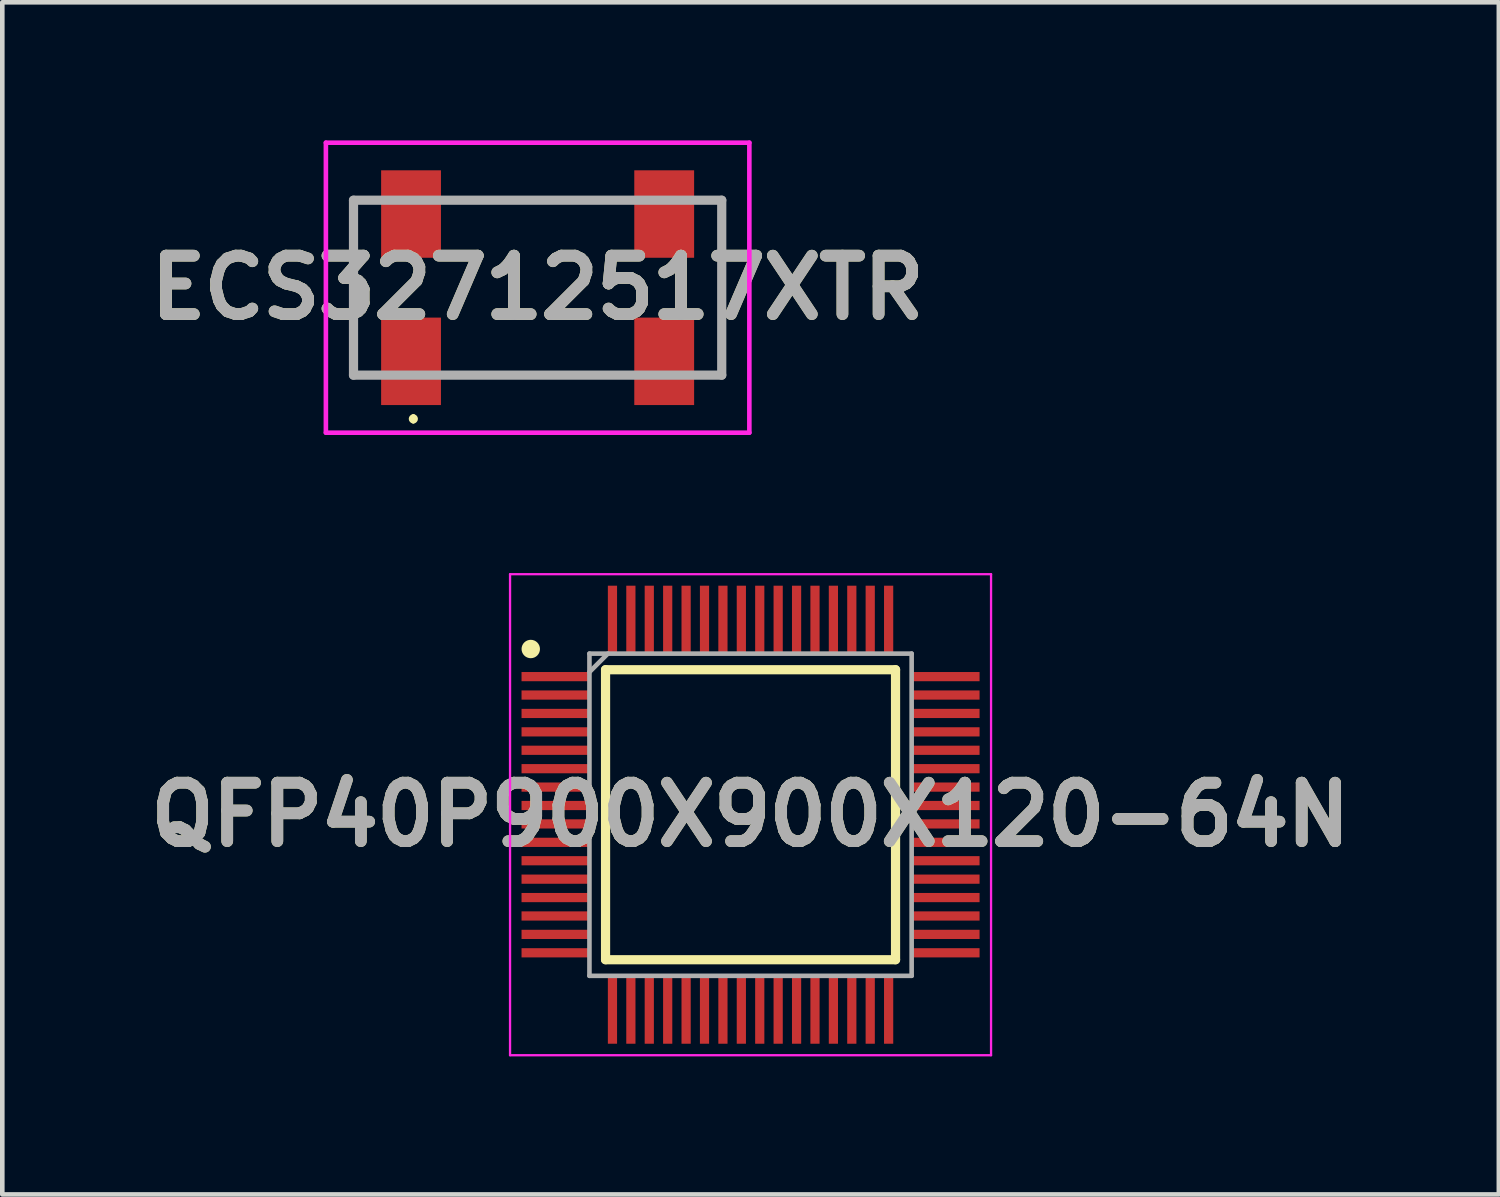
<source format=kicad_pcb>
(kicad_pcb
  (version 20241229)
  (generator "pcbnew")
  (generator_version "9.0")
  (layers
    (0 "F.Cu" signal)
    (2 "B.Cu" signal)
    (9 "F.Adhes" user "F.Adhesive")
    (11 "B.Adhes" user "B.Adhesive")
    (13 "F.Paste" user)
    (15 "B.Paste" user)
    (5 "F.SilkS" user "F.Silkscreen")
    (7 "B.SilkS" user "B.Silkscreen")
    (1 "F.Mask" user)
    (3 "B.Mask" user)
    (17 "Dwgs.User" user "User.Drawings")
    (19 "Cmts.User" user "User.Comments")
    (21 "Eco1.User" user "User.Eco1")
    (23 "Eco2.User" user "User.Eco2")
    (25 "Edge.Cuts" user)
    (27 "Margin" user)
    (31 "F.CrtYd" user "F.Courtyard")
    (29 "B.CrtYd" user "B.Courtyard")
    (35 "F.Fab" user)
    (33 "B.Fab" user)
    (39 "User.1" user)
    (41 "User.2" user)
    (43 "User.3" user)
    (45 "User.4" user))
  (footprint "ECS32712517XTR"
    (layer "F.Cu")
    (at 8.63 3.2)
    (property "Reference" "ECS32712517XTR" (at 0 0 0) (layer "F.SilkS") (effects (font (size 1.27 1.27) (thickness 0.254))))
    (attr smd)
    (fp_line (start -4 -1.9) (end -4 1.9) (stroke (width 0.1) (type solid)) (layer "F.SilkS"))
    (fp_line (start -2.7 2.8) (end -2.7 2.8) (stroke (width 0.1) (type solid)) (layer "F.SilkS"))
    (fp_line (start -2.7 2.9) (end -2.7 2.9) (stroke (width 0.1) (type solid)) (layer "F.SilkS"))
    (fp_line (start -1.5 -1.9) (end 1.5 -1.9) (stroke (width 0.1) (type solid)) (layer "F.SilkS"))
    (fp_line (start -1.5 1.9) (end 1.5 1.9) (stroke (width 0.1) (type solid)) (layer "F.SilkS"))
    (fp_line (start 4 1.9) (end 4 -1.9) (stroke (width 0.1) (type solid)) (layer "F.SilkS"))
    (fp_arc (start -2.7 2.8) (mid -2.65 2.85) (end -2.7 2.9) (stroke (width 0.1) (type solid)) (layer "F.SilkS"))
    (fp_arc (start -2.7 2.9) (mid -2.75 2.85) (end -2.7 2.8) (stroke (width 0.1) (type solid)) (layer "F.SilkS"))
    (fp_line (start -4.6 -3.15) (end 4.6 -3.15) (stroke (width 0.1) (type solid)) (layer "F.CrtYd"))
    (fp_line (start -4.6 3.15) (end -4.6 -3.15) (stroke (width 0.1) (type solid)) (layer "F.CrtYd"))
    (fp_line (start 4.6 -3.15) (end 4.6 3.15) (stroke (width 0.1) (type solid)) (layer "F.CrtYd"))
    (fp_line (start 4.6 3.15) (end -4.6 3.15) (stroke (width 0.1) (type solid)) (layer "F.CrtYd"))
    (fp_line (start -4 -1.9) (end 4 -1.9) (stroke (width 0.2) (type solid)) (layer "F.Fab"))
    (fp_line (start -4 1.9) (end -4 -1.9) (stroke (width 0.2) (type solid)) (layer "F.Fab"))
    (fp_line (start 4 -1.9) (end 4 1.9) (stroke (width 0.2) (type solid)) (layer "F.Fab"))
    (fp_line (start 4 1.9) (end -4 1.9) (stroke (width 0.2) (type solid)) (layer "F.Fab"))
    (fp_text user "${REFERENCE}" (at 0 0 0) (layer "F.Fab") (effects (font (size 1.27 1.27) (thickness 0.254))))
    (pad "1" smd rect (at -2.75 1.6) (size 1.3 1.9) (layers "F.Cu" "F.Mask" "F.Paste"))
    (pad "2" smd rect (at 2.75 1.6) (size 1.3 1.9) (layers "F.Cu" "F.Mask" "F.Paste"))
    (pad "3" smd rect (at 2.75 -1.6) (size 1.3 1.9) (layers "F.Cu" "F.Mask" "F.Paste"))
    (pad "4" smd rect (at -2.75 -1.6) (size 1.3 1.9) (layers "F.Cu" "F.Mask" "F.Paste")))
  (footprint "QFP40P900X900X120-64N"
    (layer "F.Cu")
    (at 13.256 14.65)
    (property "Reference" "QFP40P900X900X120-64N" (at 0 0 0) (layer "F.SilkS") (effects (font (size 1.27 1.27) (thickness 0.254))))
    (attr smd)
    (fp_line (start -3.15 -3.15) (end 3.15 -3.15) (stroke (width 0.2) (type solid)) (layer "F.SilkS"))
    (fp_line (start -3.15 3.15) (end -3.15 -3.15) (stroke (width 0.2) (type solid)) (layer "F.SilkS"))
    (fp_line (start 3.15 -3.15) (end 3.15 3.15) (stroke (width 0.2) (type solid)) (layer "F.SilkS"))
    (fp_line (start 3.15 3.15) (end -3.15 3.15) (stroke (width 0.2) (type solid)) (layer "F.SilkS"))
    (fp_circle (center -4.775 -3.6) (end -4.775 -3.5) (stroke (width 0.2) (type solid)) (fill no) (layer "F.SilkS"))
    (fp_line (start -5.225 -5.225) (end 5.225 -5.225) (stroke (width 0.05) (type solid)) (layer "F.CrtYd"))
    (fp_line (start -5.225 5.225) (end -5.225 -5.225) (stroke (width 0.05) (type solid)) (layer "F.CrtYd"))
    (fp_line (start 5.225 -5.225) (end 5.225 5.225) (stroke (width 0.05) (type solid)) (layer "F.CrtYd"))
    (fp_line (start 5.225 5.225) (end -5.225 5.225) (stroke (width 0.05) (type solid)) (layer "F.CrtYd"))
    (fp_line (start -3.5 -3.5) (end 3.5 -3.5) (stroke (width 0.1) (type solid)) (layer "F.Fab"))
    (fp_line (start -3.5 -3.1) (end -3.1 -3.5) (stroke (width 0.1) (type solid)) (layer "F.Fab"))
    (fp_line (start -3.5 3.5) (end -3.5 -3.5) (stroke (width 0.1) (type solid)) (layer "F.Fab"))
    (fp_line (start 3.5 -3.5) (end 3.5 3.5) (stroke (width 0.1) (type solid)) (layer "F.Fab"))
    (fp_line (start 3.5 3.5) (end -3.5 3.5) (stroke (width 0.1) (type solid)) (layer "F.Fab"))
    (fp_text user "${REFERENCE}" (at 0 0 0) (layer "F.Fab") (effects (font (size 1.27 1.27) (thickness 0.254))))
    (pad "1" smd rect (at -4.238 -3 90) (size 0.2 1.475) (layers "F.Cu" "F.Mask" "F.Paste"))
    (pad "2" smd rect (at -4.238 -2.6 90) (size 0.2 1.475) (layers "F.Cu" "F.Mask" "F.Paste"))
    (pad "3" smd rect (at -4.238 -2.2 90) (size 0.2 1.475) (layers "F.Cu" "F.Mask" "F.Paste"))
    (pad "4" smd rect (at -4.238 -1.8 90) (size 0.2 1.475) (layers "F.Cu" "F.Mask" "F.Paste"))
    (pad "5" smd rect (at -4.238 -1.4 90) (size 0.2 1.475) (layers "F.Cu" "F.Mask" "F.Paste"))
    (pad "6" smd rect (at -4.238 -1 90) (size 0.2 1.475) (layers "F.Cu" "F.Mask" "F.Paste"))
    (pad "7" smd rect (at -4.238 -0.6 90) (size 0.2 1.475) (layers "F.Cu" "F.Mask" "F.Paste"))
    (pad "8" smd rect (at -4.238 -0.2 90) (size 0.2 1.475) (layers "F.Cu" "F.Mask" "F.Paste"))
    (pad "9" smd rect (at -4.238 0.2 90) (size 0.2 1.475) (layers "F.Cu" "F.Mask" "F.Paste"))
    (pad "10" smd rect (at -4.238 0.6 90) (size 0.2 1.475) (layers "F.Cu" "F.Mask" "F.Paste"))
    (pad "11" smd rect (at -4.238 1 90) (size 0.2 1.475) (layers "F.Cu" "F.Mask" "F.Paste"))
    (pad "12" smd rect (at -4.238 1.4 90) (size 0.2 1.475) (layers "F.Cu" "F.Mask" "F.Paste"))
    (pad "13" smd rect (at -4.238 1.8 90) (size 0.2 1.475) (layers "F.Cu" "F.Mask" "F.Paste"))
    (pad "14" smd rect (at -4.238 2.2 90) (size 0.2 1.475) (layers "F.Cu" "F.Mask" "F.Paste"))
    (pad "15" smd rect (at -4.238 2.6 90) (size 0.2 1.475) (layers "F.Cu" "F.Mask" "F.Paste"))
    (pad "16" smd rect (at -4.238 3 90) (size 0.2 1.475) (layers "F.Cu" "F.Mask" "F.Paste"))
    (pad "17" smd rect (at -3 4.238) (size 0.2 1.475) (layers "F.Cu" "F.Mask" "F.Paste"))
    (pad "18" smd rect (at -2.6 4.238) (size 0.2 1.475) (layers "F.Cu" "F.Mask" "F.Paste"))
    (pad "19" smd rect (at -2.2 4.238) (size 0.2 1.475) (layers "F.Cu" "F.Mask" "F.Paste"))
    (pad "20" smd rect (at -1.8 4.238) (size 0.2 1.475) (layers "F.Cu" "F.Mask" "F.Paste"))
    (pad "21" smd rect (at -1.4 4.238) (size 0.2 1.475) (layers "F.Cu" "F.Mask" "F.Paste"))
    (pad "22" smd rect (at -1 4.238) (size 0.2 1.475) (layers "F.Cu" "F.Mask" "F.Paste"))
    (pad "23" smd rect (at -0.6 4.238) (size 0.2 1.475) (layers "F.Cu" "F.Mask" "F.Paste"))
    (pad "24" smd rect (at -0.2 4.238) (size 0.2 1.475) (layers "F.Cu" "F.Mask" "F.Paste"))
    (pad "25" smd rect (at 0.2 4.238) (size 0.2 1.475) (layers "F.Cu" "F.Mask" "F.Paste"))
    (pad "26" smd rect (at 0.6 4.238) (size 0.2 1.475) (layers "F.Cu" "F.Mask" "F.Paste"))
    (pad "27" smd rect (at 1 4.238) (size 0.2 1.475) (layers "F.Cu" "F.Mask" "F.Paste"))
    (pad "28" smd rect (at 1.4 4.238) (size 0.2 1.475) (layers "F.Cu" "F.Mask" "F.Paste"))
    (pad "29" smd rect (at 1.8 4.238) (size 0.2 1.475) (layers "F.Cu" "F.Mask" "F.Paste"))
    (pad "30" smd rect (at 2.2 4.238) (size 0.2 1.475) (layers "F.Cu" "F.Mask" "F.Paste"))
    (pad "31" smd rect (at 2.6 4.238) (size 0.2 1.475) (layers "F.Cu" "F.Mask" "F.Paste"))
    (pad "32" smd rect (at 3 4.238) (size 0.2 1.475) (layers "F.Cu" "F.Mask" "F.Paste"))
    (pad "33" smd rect (at 4.238 3 90) (size 0.2 1.475) (layers "F.Cu" "F.Mask" "F.Paste"))
    (pad "34" smd rect (at 4.238 2.6 90) (size 0.2 1.475) (layers "F.Cu" "F.Mask" "F.Paste"))
    (pad "35" smd rect (at 4.238 2.2 90) (size 0.2 1.475) (layers "F.Cu" "F.Mask" "F.Paste"))
    (pad "36" smd rect (at 4.238 1.8 90) (size 0.2 1.475) (layers "F.Cu" "F.Mask" "F.Paste"))
    (pad "37" smd rect (at 4.238 1.4 90) (size 0.2 1.475) (layers "F.Cu" "F.Mask" "F.Paste"))
    (pad "38" smd rect (at 4.238 1 90) (size 0.2 1.475) (layers "F.Cu" "F.Mask" "F.Paste"))
    (pad "39" smd rect (at 4.238 0.6 90) (size 0.2 1.475) (layers "F.Cu" "F.Mask" "F.Paste"))
    (pad "40" smd rect (at 4.238 0.2 90) (size 0.2 1.475) (layers "F.Cu" "F.Mask" "F.Paste"))
    (pad "41" smd rect (at 4.238 -0.2 90) (size 0.2 1.475) (layers "F.Cu" "F.Mask" "F.Paste"))
    (pad "42" smd rect (at 4.238 -0.6 90) (size 0.2 1.475) (layers "F.Cu" "F.Mask" "F.Paste"))
    (pad "43" smd rect (at 4.238 -1 90) (size 0.2 1.475) (layers "F.Cu" "F.Mask" "F.Paste"))
    (pad "44" smd rect (at 4.238 -1.4 90) (size 0.2 1.475) (layers "F.Cu" "F.Mask" "F.Paste"))
    (pad "45" smd rect (at 4.238 -1.8 90) (size 0.2 1.475) (layers "F.Cu" "F.Mask" "F.Paste"))
    (pad "46" smd rect (at 4.238 -2.2 90) (size 0.2 1.475) (layers "F.Cu" "F.Mask" "F.Paste"))
    (pad "47" smd rect (at 4.238 -2.6 90) (size 0.2 1.475) (layers "F.Cu" "F.Mask" "F.Paste"))
    (pad "48" smd rect (at 4.238 -3 90) (size 0.2 1.475) (layers "F.Cu" "F.Mask" "F.Paste"))
    (pad "49" smd rect (at 3 -4.238) (size 0.2 1.475) (layers "F.Cu" "F.Mask" "F.Paste"))
    (pad "50" smd rect (at 2.6 -4.238) (size 0.2 1.475) (layers "F.Cu" "F.Mask" "F.Paste"))
    (pad "51" smd rect (at 2.2 -4.238) (size 0.2 1.475) (layers "F.Cu" "F.Mask" "F.Paste"))
    (pad "52" smd rect (at 1.8 -4.238) (size 0.2 1.475) (layers "F.Cu" "F.Mask" "F.Paste"))
    (pad "53" smd rect (at 1.4 -4.238) (size 0.2 1.475) (layers "F.Cu" "F.Mask" "F.Paste"))
    (pad "54" smd rect (at 1 -4.238) (size 0.2 1.475) (layers "F.Cu" "F.Mask" "F.Paste"))
    (pad "55" smd rect (at 0.6 -4.238) (size 0.2 1.475) (layers "F.Cu" "F.Mask" "F.Paste"))
    (pad "56" smd rect (at 0.2 -4.238) (size 0.2 1.475) (layers "F.Cu" "F.Mask" "F.Paste"))
    (pad "57" smd rect (at -0.2 -4.238) (size 0.2 1.475) (layers "F.Cu" "F.Mask" "F.Paste"))
    (pad "58" smd rect (at -0.6 -4.238) (size 0.2 1.475) (layers "F.Cu" "F.Mask" "F.Paste"))
    (pad "59" smd rect (at -1 -4.238) (size 0.2 1.475) (layers "F.Cu" "F.Mask" "F.Paste"))
    (pad "60" smd rect (at -1.4 -4.238) (size 0.2 1.475) (layers "F.Cu" "F.Mask" "F.Paste"))
    (pad "61" smd rect (at -1.8 -4.238) (size 0.2 1.475) (layers "F.Cu" "F.Mask" "F.Paste"))
    (pad "62" smd rect (at -2.2 -4.238) (size 0.2 1.475) (layers "F.Cu" "F.Mask" "F.Paste"))
    (pad "63" smd rect (at -2.6 -4.238) (size 0.2 1.475) (layers "F.Cu" "F.Mask" "F.Paste"))
    (pad "64" smd rect (at -3 -4.238) (size 0.2 1.475) (layers "F.Cu" "F.Mask" "F.Paste")))
  (gr_rect
    (start -3 -3)
    (end 29.513 22.9)
    (stroke (width 0.1) (type default))
    (fill no)
    (layer "Edge.Cuts")))
</source>
